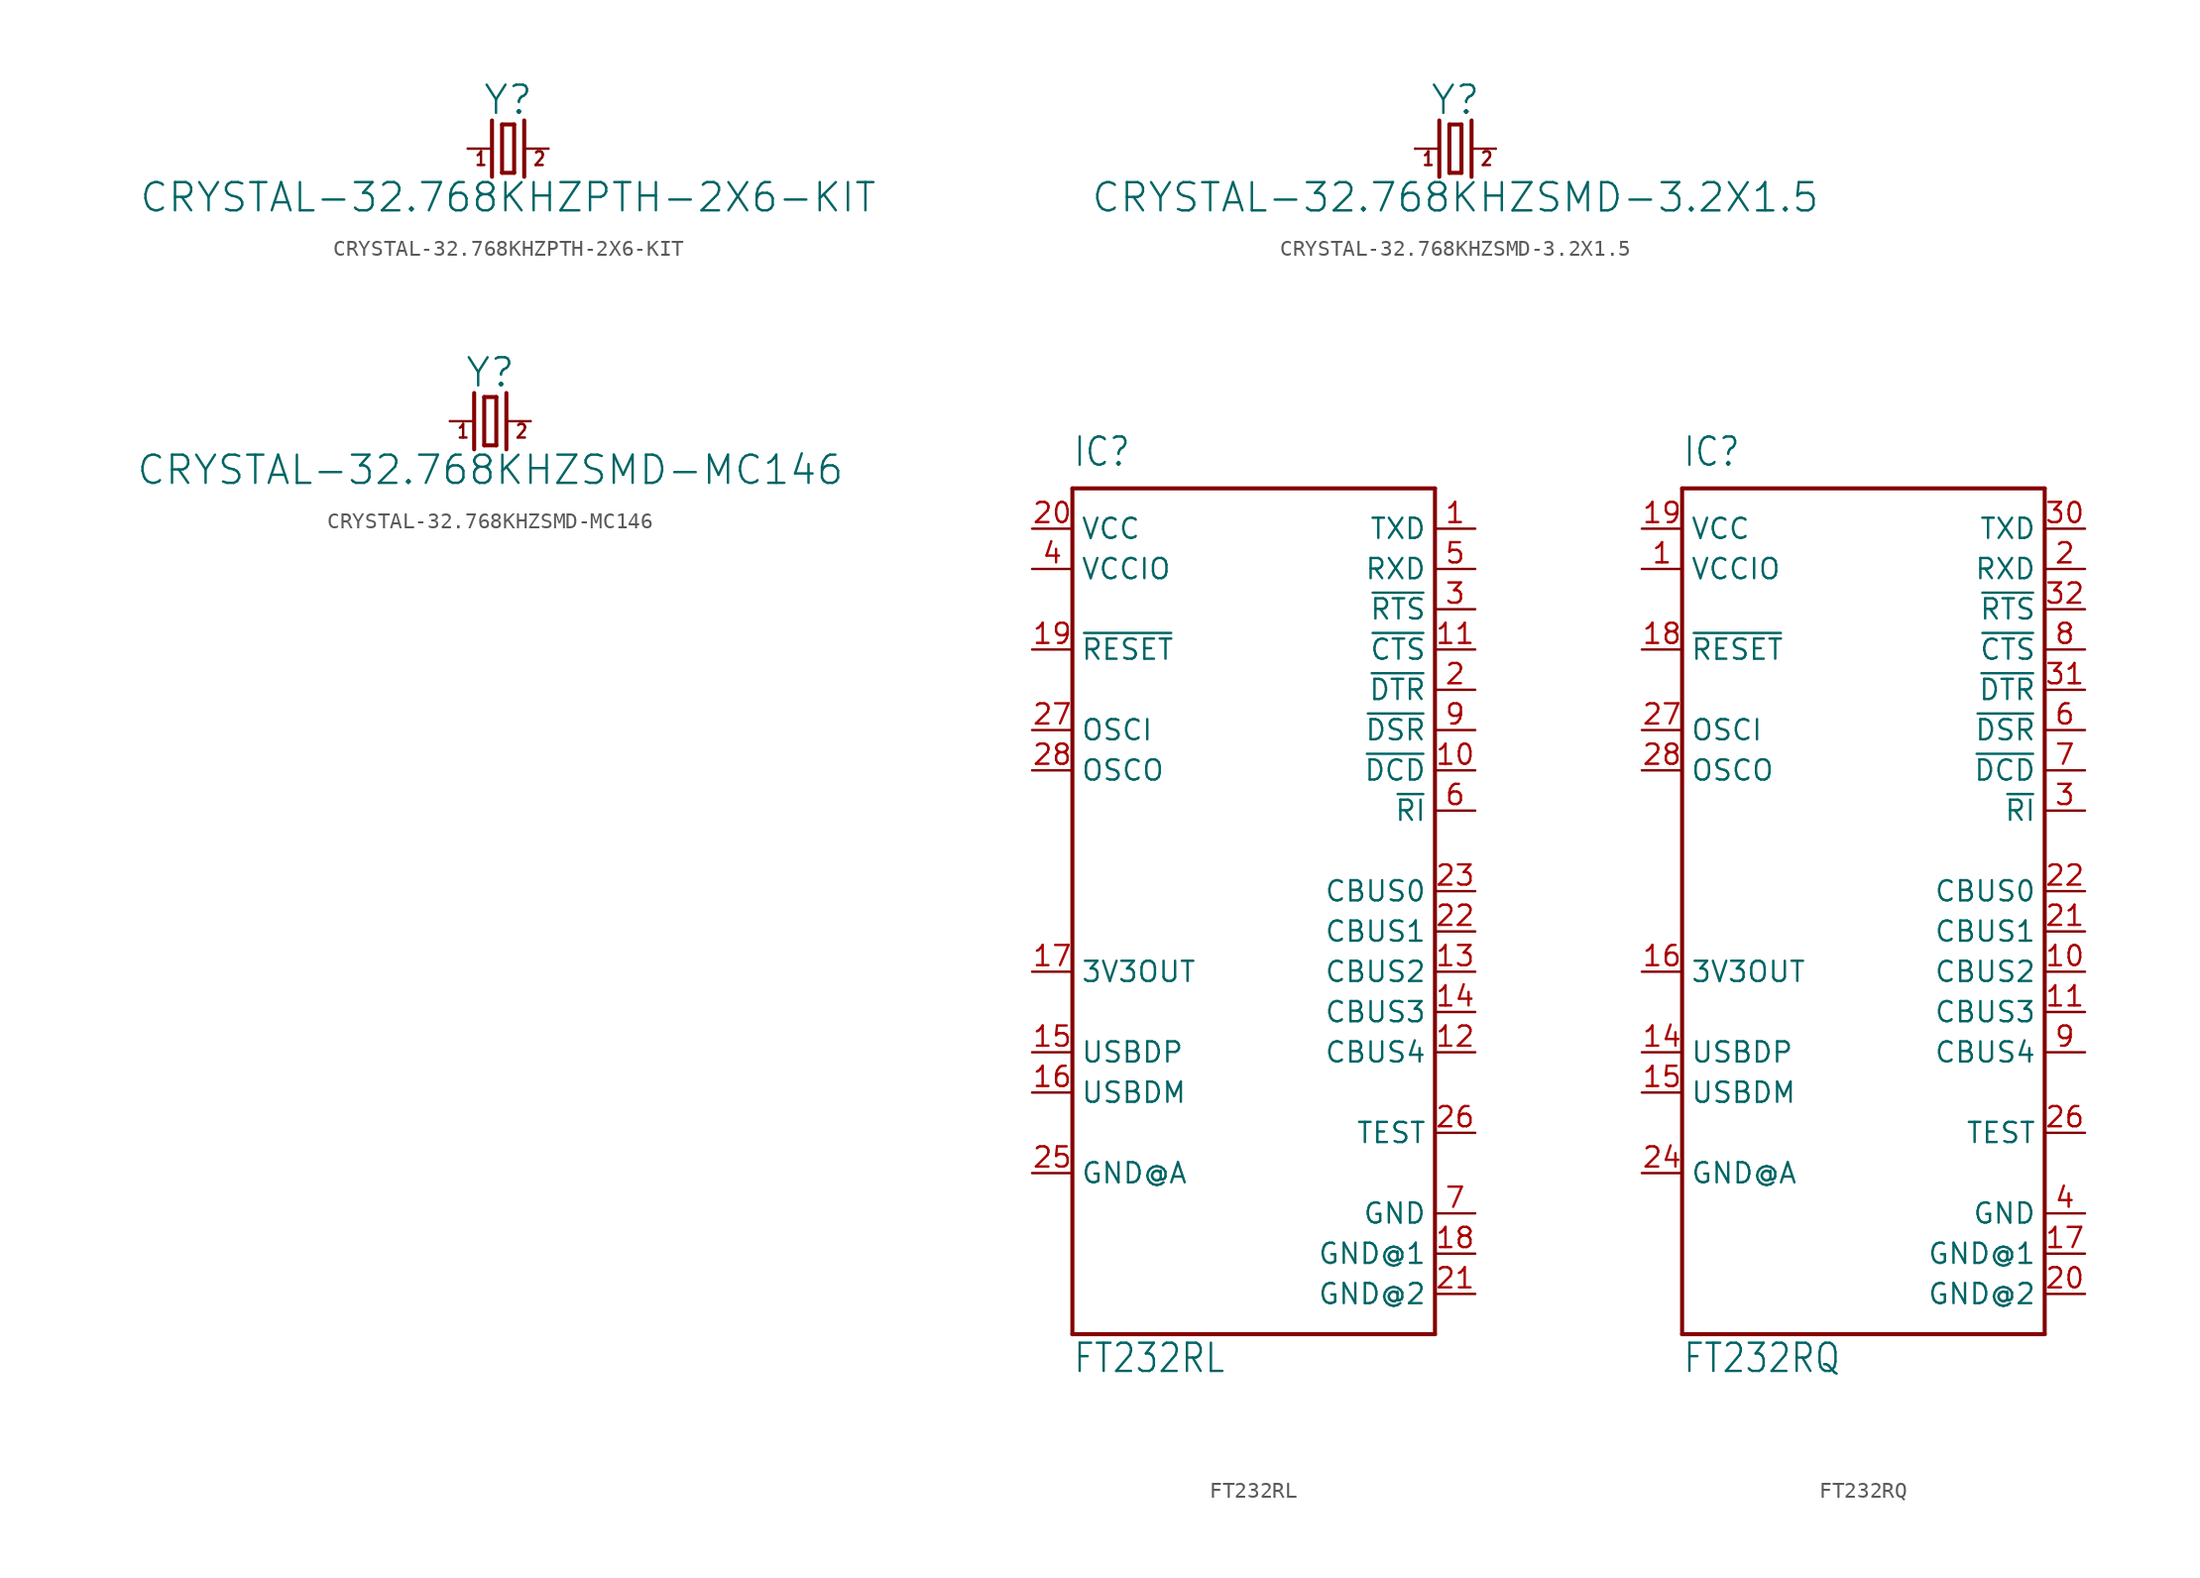
<source format=kicad_sym>
(kicad_symbol_lib
  (version 20211014)
  (generator kicad_symbol_editor)
  (symbol "CRYSTAL-32.768KHZPTH-2X6-KIT"
    (property "Reference" "Y"
      (at 0 2.032 0)
      (effects (font (size 1.778 1.778)) (justify bottom)))
    (property "Value" "CRYSTAL-32.768KHZPTH-2X6-KIT"
      (at 0 -2.032 0)
      (effects (font (size 1.778 1.778)) (justify top)))
    (property "ki_locked" ""
      (at 0 0 0)
      (effects (font (size 1.27 1.27))))
    (symbol "CRYSTAL-32.768KHZPTH-2X6-KIT_1_0"
      (polyline (pts (xy -2.54 0) (xy -1.016 0)) (stroke (width 0.152) (type default) (color 0 0 0 0)) (fill (type none)))
      (polyline (pts (xy -1.016 1.778) (xy -1.016 -1.778)) (stroke (width 0.254) (type default) (color 0 0 0 0)) (fill (type none)))
      (polyline (pts (xy -0.381 -1.524) (xy 0.381 -1.524)) (stroke (width 0.254) (type default) (color 0 0 0 0)) (fill (type none)))
      (polyline (pts (xy -0.381 1.524) (xy -0.381 -1.524)) (stroke (width 0.254) (type default) (color 0 0 0 0)) (fill (type none)))
      (polyline (pts (xy 0.381 -1.524) (xy 0.381 1.524)) (stroke (width 0.254) (type default) (color 0 0 0 0)) (fill (type none)))
      (polyline (pts (xy 0.381 1.524) (xy -0.381 1.524)) (stroke (width 0.254) (type default) (color 0 0 0 0)) (fill (type none)))
      (polyline (pts (xy 1.016 0) (xy 2.54 0)) (stroke (width 0.152) (type default) (color 0 0 0 0)) (fill (type none)))
      (polyline (pts (xy 1.016 1.778) (xy 1.016 -1.778)) (stroke (width 0.254) (type default) (color 0 0 0 0)) (fill (type none)))
      (text "1" (at -2.159 -1.143 0) (effects (font (size 0.864 0.734)) (justify left bottom)))
      (text "2" (at 1.524 -1.143 0) (effects (font (size 0.864 0.734)) (justify left bottom)))
      (pin passive line (at -2.54 0 0) (length 0) (name "1" (effects (font (size 0 0)))) (number "1" (effects (font (size 0 0)))))
      (pin passive line (at 2.54 0 180) (length 0) (name "2" (effects (font (size 0 0)))) (number "2" (effects (font (size 0 0)))))))
  (symbol "CRYSTAL-32.768KHZSMD-3.2X1.5"
    (property "Reference" "Y"
      (at 0 2.032 0)
      (effects (font (size 1.778 1.778)) (justify bottom)))
    (property "Value" "CRYSTAL-32.768KHZSMD-3.2X1.5"
      (at 0 -2.032 0)
      (effects (font (size 1.778 1.778)) (justify top)))
    (property "ki_locked" ""
      (at 0 0 0)
      (effects (font (size 1.27 1.27))))
    (symbol "CRYSTAL-32.768KHZSMD-3.2X1.5_1_0"
      (polyline (pts (xy -2.54 0) (xy -1.016 0)) (stroke (width 0.152) (type default) (color 0 0 0 0)) (fill (type none)))
      (polyline (pts (xy -1.016 1.778) (xy -1.016 -1.778)) (stroke (width 0.254) (type default) (color 0 0 0 0)) (fill (type none)))
      (polyline (pts (xy -0.381 -1.524) (xy 0.381 -1.524)) (stroke (width 0.254) (type default) (color 0 0 0 0)) (fill (type none)))
      (polyline (pts (xy -0.381 1.524) (xy -0.381 -1.524)) (stroke (width 0.254) (type default) (color 0 0 0 0)) (fill (type none)))
      (polyline (pts (xy 0.381 -1.524) (xy 0.381 1.524)) (stroke (width 0.254) (type default) (color 0 0 0 0)) (fill (type none)))
      (polyline (pts (xy 0.381 1.524) (xy -0.381 1.524)) (stroke (width 0.254) (type default) (color 0 0 0 0)) (fill (type none)))
      (polyline (pts (xy 1.016 0) (xy 2.54 0)) (stroke (width 0.152) (type default) (color 0 0 0 0)) (fill (type none)))
      (polyline (pts (xy 1.016 1.778) (xy 1.016 -1.778)) (stroke (width 0.254) (type default) (color 0 0 0 0)) (fill (type none)))
      (text "1" (at -2.159 -1.143 0) (effects (font (size 0.864 0.734)) (justify left bottom)))
      (text "2" (at 1.524 -1.143 0) (effects (font (size 0.864 0.734)) (justify left bottom)))
      (pin passive line (at -2.54 0 0) (length 0) (name "1" (effects (font (size 0 0)))) (number "P$1" (effects (font (size 0 0)))))
      (pin passive line (at 2.54 0 180) (length 0) (name "2" (effects (font (size 0 0)))) (number "P$2" (effects (font (size 0 0)))))))
  (symbol "CRYSTAL-32.768KHZSMD-MC146"
    (property "Reference" "Y"
      (at 0 2.032 0)
      (effects (font (size 1.778 1.778)) (justify bottom)))
    (property "Value" "CRYSTAL-32.768KHZSMD-MC146"
      (at 0 -2.032 0)
      (effects (font (size 1.778 1.778)) (justify top)))
    (property "ki_locked" ""
      (at 0 0 0)
      (effects (font (size 1.27 1.27))))
    (symbol "CRYSTAL-32.768KHZSMD-MC146_1_0"
      (polyline (pts (xy -2.54 0) (xy -1.016 0)) (stroke (width 0.152) (type default) (color 0 0 0 0)) (fill (type none)))
      (polyline (pts (xy -1.016 1.778) (xy -1.016 -1.778)) (stroke (width 0.254) (type default) (color 0 0 0 0)) (fill (type none)))
      (polyline (pts (xy -0.381 -1.524) (xy 0.381 -1.524)) (stroke (width 0.254) (type default) (color 0 0 0 0)) (fill (type none)))
      (polyline (pts (xy -0.381 1.524) (xy -0.381 -1.524)) (stroke (width 0.254) (type default) (color 0 0 0 0)) (fill (type none)))
      (polyline (pts (xy 0.381 -1.524) (xy 0.381 1.524)) (stroke (width 0.254) (type default) (color 0 0 0 0)) (fill (type none)))
      (polyline (pts (xy 0.381 1.524) (xy -0.381 1.524)) (stroke (width 0.254) (type default) (color 0 0 0 0)) (fill (type none)))
      (polyline (pts (xy 1.016 0) (xy 2.54 0)) (stroke (width 0.152) (type default) (color 0 0 0 0)) (fill (type none)))
      (polyline (pts (xy 1.016 1.778) (xy 1.016 -1.778)) (stroke (width 0.254) (type default) (color 0 0 0 0)) (fill (type none)))
      (text "1" (at -2.159 -1.143 0) (effects (font (size 0.864 0.734)) (justify left bottom)))
      (text "2" (at 1.524 -1.143 0) (effects (font (size 0.864 0.734)) (justify left bottom)))
      (pin passive line (at 2.54 0 180) (length 0) (name "2" (effects (font (size 0 0)))) (number "P$1" (effects (font (size 0 0)))))
      (pin passive line (at -2.54 0 0) (length 0) (name "1" (effects (font (size 0 0)))) (number "P$2" (effects (font (size 0 0)))))))
  (symbol "FT232RL"
    (property "Reference" "IC"
      (at -10.16 26.67 0)
      (effects (font (size 1.778 1.511)) (justify left bottom)))
    (property "Value" "FT232RL"
      (at -10.16 -30.48 0)
      (effects (font (size 1.778 1.511)) (justify left bottom)))
    (property "ki_locked" ""
      (at 0 0 0)
      (effects (font (size 1.27 1.27))))
    (symbol "FT232RL_1_0"
      (polyline (pts (xy -10.16 -27.94) (xy -10.16 25.4)) (stroke (width 0.254) (type default) (color 0 0 0 0)) (fill (type none)))
      (polyline (pts (xy -10.16 25.4) (xy 12.7 25.4)) (stroke (width 0.254) (type default) (color 0 0 0 0)) (fill (type none)))
      (polyline (pts (xy 12.7 -27.94) (xy -10.16 -27.94)) (stroke (width 0.254) (type default) (color 0 0 0 0)) (fill (type none)))
      (polyline (pts (xy 12.7 25.4) (xy 12.7 -27.94)) (stroke (width 0.254) (type default) (color 0 0 0 0)) (fill (type none)))
      (pin output line (at 15.24 22.86 180) (length 2.54) (name "TXD" (effects (font (size 1.27 1.27)))) (number "1" (effects (font (size 1.27 1.27)))))
      (pin input line (at 15.24 7.62 180) (length 2.54) (name "~{DCD}" (effects (font (size 1.27 1.27)))) (number "10" (effects (font (size 1.27 1.27)))))
      (pin input line (at 15.24 15.24 180) (length 2.54) (name "~{CTS}" (effects (font (size 1.27 1.27)))) (number "11" (effects (font (size 1.27 1.27)))))
      (pin bidirectional line (at 15.24 -10.16 180) (length 2.54) (name "CBUS4" (effects (font (size 1.27 1.27)))) (number "12" (effects (font (size 1.27 1.27)))))
      (pin bidirectional line (at 15.24 -5.08 180) (length 2.54) (name "CBUS2" (effects (font (size 1.27 1.27)))) (number "13" (effects (font (size 1.27 1.27)))))
      (pin bidirectional line (at 15.24 -7.62 180) (length 2.54) (name "CBUS3" (effects (font (size 1.27 1.27)))) (number "14" (effects (font (size 1.27 1.27)))))
      (pin bidirectional line (at -12.7 -10.16 0) (length 2.54) (name "USBDP" (effects (font (size 1.27 1.27)))) (number "15" (effects (font (size 1.27 1.27)))))
      (pin bidirectional line (at -12.7 -12.7 0) (length 2.54) (name "USBDM" (effects (font (size 1.27 1.27)))) (number "16" (effects (font (size 1.27 1.27)))))
      (pin output line (at -12.7 -5.08 0) (length 2.54) (name "3V3OUT" (effects (font (size 1.27 1.27)))) (number "17" (effects (font (size 1.27 1.27)))))
      (pin power_in line (at 15.24 -22.86 180) (length 2.54) (name "GND@1" (effects (font (size 1.27 1.27)))) (number "18" (effects (font (size 1.27 1.27)))))
      (pin input line (at -12.7 15.24 0) (length 2.54) (name "~{RESET}" (effects (font (size 1.27 1.27)))) (number "19" (effects (font (size 1.27 1.27)))))
      (pin output line (at 15.24 12.7 180) (length 2.54) (name "~{DTR}" (effects (font (size 1.27 1.27)))) (number "2" (effects (font (size 1.27 1.27)))))
      (pin power_in line (at -12.7 22.86 0) (length 2.54) (name "VCC" (effects (font (size 1.27 1.27)))) (number "20" (effects (font (size 1.27 1.27)))))
      (pin power_in line (at 15.24 -25.4 180) (length 2.54) (name "GND@2" (effects (font (size 1.27 1.27)))) (number "21" (effects (font (size 1.27 1.27)))))
      (pin bidirectional line (at 15.24 -2.54 180) (length 2.54) (name "CBUS1" (effects (font (size 1.27 1.27)))) (number "22" (effects (font (size 1.27 1.27)))))
      (pin bidirectional line (at 15.24 0 180) (length 2.54) (name "CBUS0" (effects (font (size 1.27 1.27)))) (number "23" (effects (font (size 1.27 1.27)))))
      (pin power_in line (at -12.7 -17.78 0) (length 2.54) (name "GND@A" (effects (font (size 1.27 1.27)))) (number "25" (effects (font (size 1.27 1.27)))))
      (pin input line (at 15.24 -15.24 180) (length 2.54) (name "TEST" (effects (font (size 1.27 1.27)))) (number "26" (effects (font (size 1.27 1.27)))))
      (pin input line (at -12.7 10.16 0) (length 2.54) (name "OSCI" (effects (font (size 1.27 1.27)))) (number "27" (effects (font (size 1.27 1.27)))))
      (pin output line (at -12.7 7.62 0) (length 2.54) (name "OSCO" (effects (font (size 1.27 1.27)))) (number "28" (effects (font (size 1.27 1.27)))))
      (pin output line (at 15.24 17.78 180) (length 2.54) (name "~{RTS}" (effects (font (size 1.27 1.27)))) (number "3" (effects (font (size 1.27 1.27)))))
      (pin power_in line (at -12.7 20.32 0) (length 2.54) (name "VCCIO" (effects (font (size 1.27 1.27)))) (number "4" (effects (font (size 1.27 1.27)))))
      (pin input line (at 15.24 20.32 180) (length 2.54) (name "RXD" (effects (font (size 1.27 1.27)))) (number "5" (effects (font (size 1.27 1.27)))))
      (pin input line (at 15.24 5.08 180) (length 2.54) (name "~{RI}" (effects (font (size 1.27 1.27)))) (number "6" (effects (font (size 1.27 1.27)))))
      (pin power_in line (at 15.24 -20.32 180) (length 2.54) (name "GND" (effects (font (size 1.27 1.27)))) (number "7" (effects (font (size 1.27 1.27)))))
      (pin input line (at 15.24 10.16 180) (length 2.54) (name "~{DSR}" (effects (font (size 1.27 1.27)))) (number "9" (effects (font (size 1.27 1.27)))))))
  (symbol "FT232RQ"
    (property "Reference" "IC"
      (at -10.16 26.67 0)
      (effects (font (size 1.778 1.511)) (justify left bottom)))
    (property "Value" "FT232RQ"
      (at -10.16 -30.48 0)
      (effects (font (size 1.778 1.511)) (justify left bottom)))
    (property "ki_locked" ""
      (at 0 0 0)
      (effects (font (size 1.27 1.27))))
    (symbol "FT232RQ_1_0"
      (polyline (pts (xy -10.16 -27.94) (xy -10.16 25.4)) (stroke (width 0.254) (type default) (color 0 0 0 0)) (fill (type none)))
      (polyline (pts (xy -10.16 25.4) (xy 12.7 25.4)) (stroke (width 0.254) (type default) (color 0 0 0 0)) (fill (type none)))
      (polyline (pts (xy 12.7 -27.94) (xy -10.16 -27.94)) (stroke (width 0.254) (type default) (color 0 0 0 0)) (fill (type none)))
      (polyline (pts (xy 12.7 25.4) (xy 12.7 -27.94)) (stroke (width 0.254) (type default) (color 0 0 0 0)) (fill (type none)))
      (pin power_in line (at -12.7 20.32 0) (length 2.54) (name "VCCIO" (effects (font (size 1.27 1.27)))) (number "1" (effects (font (size 1.27 1.27)))))
      (pin bidirectional line (at 15.24 -5.08 180) (length 2.54) (name "CBUS2" (effects (font (size 1.27 1.27)))) (number "10" (effects (font (size 1.27 1.27)))))
      (pin bidirectional line (at 15.24 -7.62 180) (length 2.54) (name "CBUS3" (effects (font (size 1.27 1.27)))) (number "11" (effects (font (size 1.27 1.27)))))
      (pin bidirectional line (at -12.7 -10.16 0) (length 2.54) (name "USBDP" (effects (font (size 1.27 1.27)))) (number "14" (effects (font (size 1.27 1.27)))))
      (pin bidirectional line (at -12.7 -12.7 0) (length 2.54) (name "USBDM" (effects (font (size 1.27 1.27)))) (number "15" (effects (font (size 1.27 1.27)))))
      (pin output line (at -12.7 -5.08 0) (length 2.54) (name "3V3OUT" (effects (font (size 1.27 1.27)))) (number "16" (effects (font (size 1.27 1.27)))))
      (pin power_in line (at 15.24 -22.86 180) (length 2.54) (name "GND@1" (effects (font (size 1.27 1.27)))) (number "17" (effects (font (size 1.27 1.27)))))
      (pin input line (at -12.7 15.24 0) (length 2.54) (name "~{RESET}" (effects (font (size 1.27 1.27)))) (number "18" (effects (font (size 1.27 1.27)))))
      (pin power_in line (at -12.7 22.86 0) (length 2.54) (name "VCC" (effects (font (size 1.27 1.27)))) (number "19" (effects (font (size 1.27 1.27)))))
      (pin input line (at 15.24 20.32 180) (length 2.54) (name "RXD" (effects (font (size 1.27 1.27)))) (number "2" (effects (font (size 1.27 1.27)))))
      (pin power_in line (at 15.24 -25.4 180) (length 2.54) (name "GND@2" (effects (font (size 1.27 1.27)))) (number "20" (effects (font (size 1.27 1.27)))))
      (pin bidirectional line (at 15.24 -2.54 180) (length 2.54) (name "CBUS1" (effects (font (size 1.27 1.27)))) (number "21" (effects (font (size 1.27 1.27)))))
      (pin bidirectional line (at 15.24 0 180) (length 2.54) (name "CBUS0" (effects (font (size 1.27 1.27)))) (number "22" (effects (font (size 1.27 1.27)))))
      (pin power_in line (at -12.7 -17.78 0) (length 2.54) (name "GND@A" (effects (font (size 1.27 1.27)))) (number "24" (effects (font (size 1.27 1.27)))))
      (pin input line (at 15.24 -15.24 180) (length 2.54) (name "TEST" (effects (font (size 1.27 1.27)))) (number "26" (effects (font (size 1.27 1.27)))))
      (pin input line (at -12.7 10.16 0) (length 2.54) (name "OSCI" (effects (font (size 1.27 1.27)))) (number "27" (effects (font (size 1.27 1.27)))))
      (pin output line (at -12.7 7.62 0) (length 2.54) (name "OSCO" (effects (font (size 1.27 1.27)))) (number "28" (effects (font (size 1.27 1.27)))))
      (pin input line (at 15.24 5.08 180) (length 2.54) (name "~{RI}" (effects (font (size 1.27 1.27)))) (number "3" (effects (font (size 1.27 1.27)))))
      (pin output line (at 15.24 22.86 180) (length 2.54) (name "TXD" (effects (font (size 1.27 1.27)))) (number "30" (effects (font (size 1.27 1.27)))))
      (pin output line (at 15.24 12.7 180) (length 2.54) (name "~{DTR}" (effects (font (size 1.27 1.27)))) (number "31" (effects (font (size 1.27 1.27)))))
      (pin output line (at 15.24 17.78 180) (length 2.54) (name "~{RTS}" (effects (font (size 1.27 1.27)))) (number "32" (effects (font (size 1.27 1.27)))))
      (pin power_in line (at 15.24 -20.32 180) (length 2.54) (name "GND" (effects (font (size 1.27 1.27)))) (number "4" (effects (font (size 1.27 1.27)))))
      (pin input line (at 15.24 10.16 180) (length 2.54) (name "~{DSR}" (effects (font (size 1.27 1.27)))) (number "6" (effects (font (size 1.27 1.27)))))
      (pin input line (at 15.24 7.62 180) (length 2.54) (name "~{DCD}" (effects (font (size 1.27 1.27)))) (number "7" (effects (font (size 1.27 1.27)))))
      (pin input line (at 15.24 15.24 180) (length 2.54) (name "~{CTS}" (effects (font (size 1.27 1.27)))) (number "8" (effects (font (size 1.27 1.27)))))
      (pin bidirectional line (at 15.24 -10.16 180) (length 2.54) (name "CBUS4" (effects (font (size 1.27 1.27)))) (number "9" (effects (font (size 1.27 1.27))))))))
</source>
